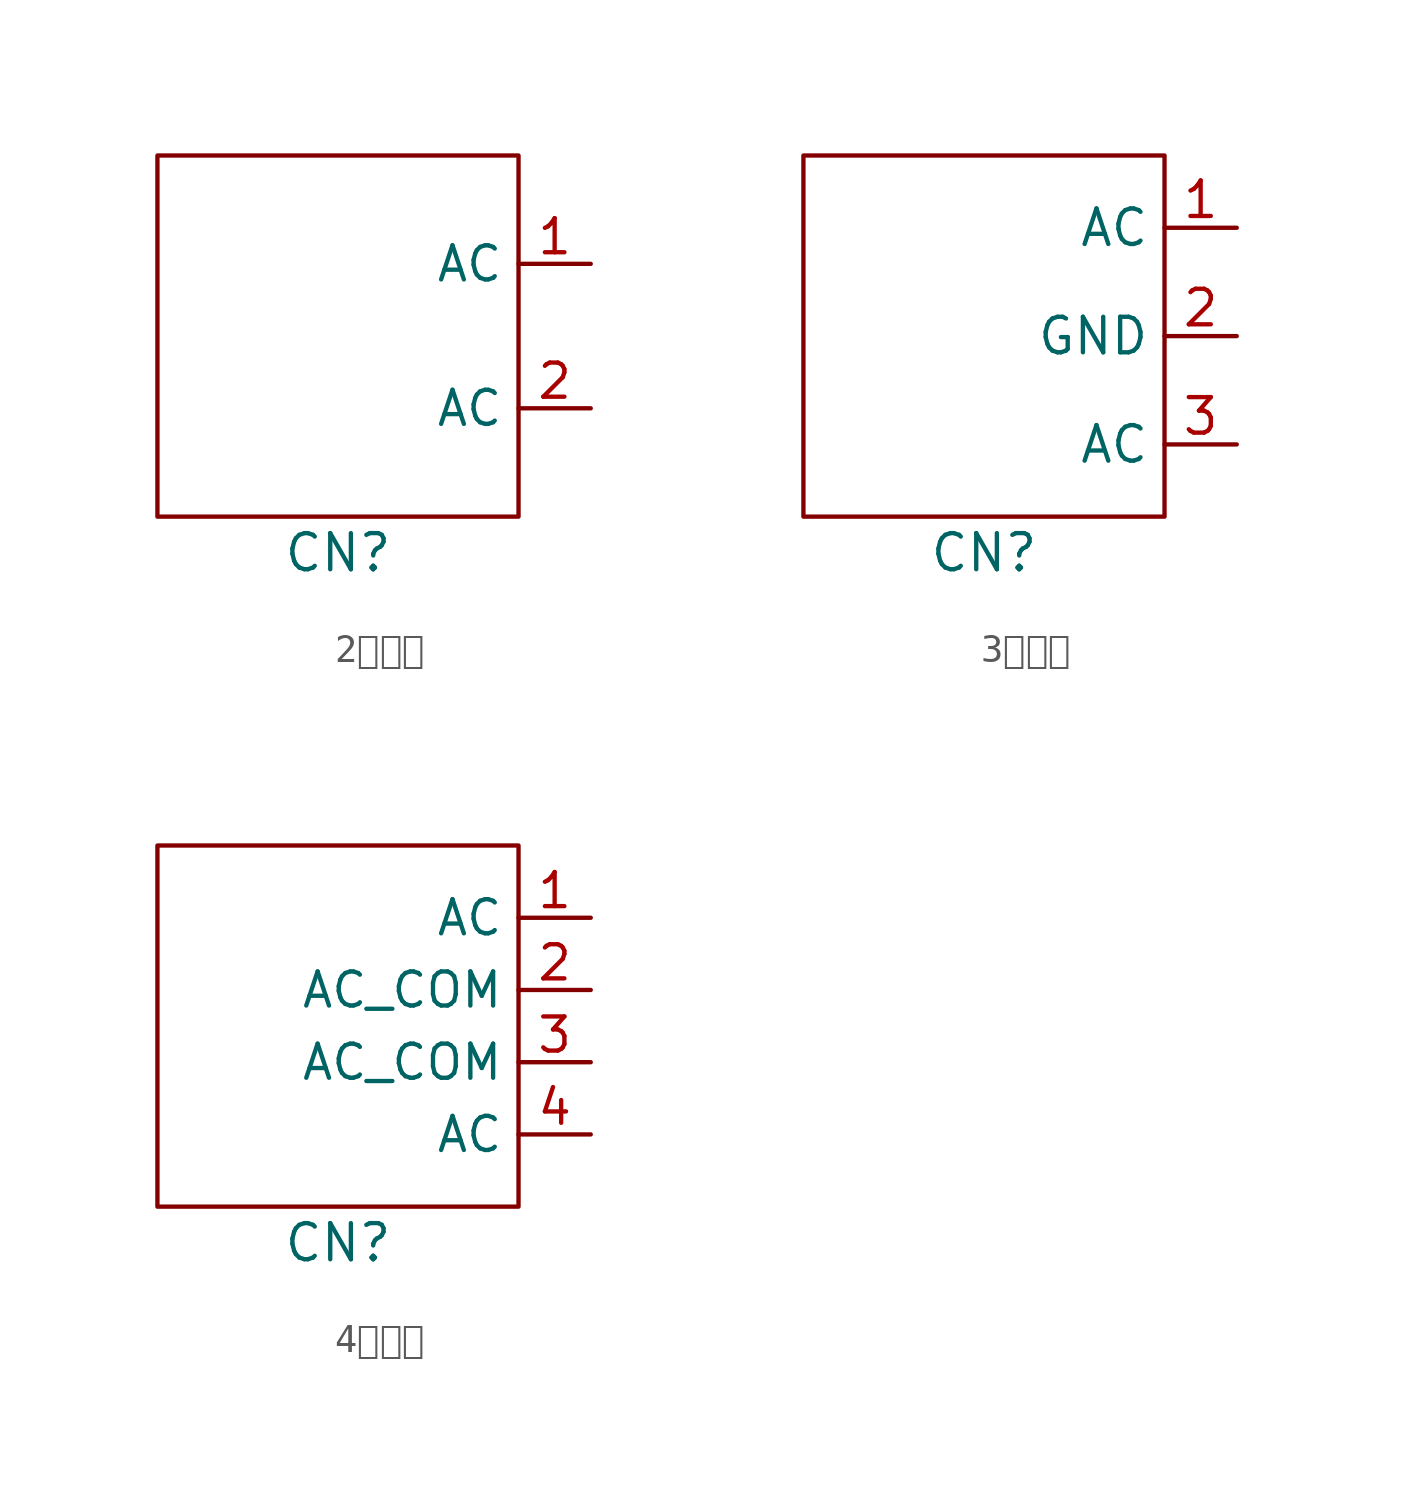
<source format=kicad_sym>
(kicad_symbol_lib
  (version 20241209)
  (generator "kicad_symbol_editor")
  (generator_version "9.0")
  (symbol "2线焊盘"
    (property "Reference" "CN"
      (at 0 -7.62 0)
      (effects (font (size 1.27 1.27))))
    (property "Value" ""
      (at 0 0 0)
      (effects (font (size 1.27 1.27))))
    (symbol "2线焊盘_0_1"
      (rectangle (start -6.35 6.35) (end 6.35 -6.35) (stroke (width 0) (type default)) (fill (type none))))
    (symbol "2线焊盘_1_1"
      (pin power_out line (at 8.89 2.54 180) (length 2.54) (name "AC" (effects (font (size 1.2 1.2)))) (number "1" (effects (font (size 1.2 1.2)))))
      (pin power_out line (at 8.89 -2.54 180) (length 2.54) (name "AC" (effects (font (size 1.2 1.2)))) (number "2" (effects (font (size 1.2 1.2)))))))
  (symbol "3线焊盘"
    (property "Reference" "CN"
      (at 0 -7.62 0)
      (effects (font (size 1.27 1.27))))
    (property "Value" ""
      (at 0 0 0)
      (effects (font (size 1.27 1.27))))
    (symbol "3线焊盘_0_1"
      (rectangle (start -6.35 6.35) (end 6.35 -6.35) (stroke (width 0) (type default)) (fill (type none))))
    (symbol "3线焊盘_1_1"
      (pin power_out line (at 8.89 3.81 180) (length 2.54) (name "AC" (effects (font (size 1.25 1.25)))) (number "1" (effects (font (size 1.25 1.25)))))
      (pin power_out line (at 8.89 0 180) (length 2.54) (name "GND" (effects (font (size 1.25 1.25)))) (number "2" (effects (font (size 1.25 1.25)))))
      (pin power_out line (at 8.89 -3.81 180) (length 2.54) (name "AC" (effects (font (size 1.25 1.25)))) (number "3" (effects (font (size 1.25 1.25)))))))
  (symbol "4线焊盘"
    (property "Reference" "CN"
      (at 0 -7.62 0)
      (effects (font (size 1.27 1.27))))
    (property "Value" ""
      (at 0 0 0)
      (effects (font (size 1.27 1.27))))
    (symbol "4线焊盘_0_1"
      (rectangle (start -6.35 6.35) (end 6.35 -6.35) (stroke (width 0) (type default)) (fill (type none))))
    (symbol "4线焊盘_1_1"
      (pin power_out line (at 8.89 3.81 180) (length 2.54) (name "AC" (effects (font (size 1.2 1.2)))) (number "1" (effects (font (size 1.2 1.2)))))
      (pin power_out line (at 8.89 1.27 180) (length 2.54) (name "AC_COM" (effects (font (size 1.2 1.2)))) (number "2" (effects (font (size 1.2 1.2)))))
      (pin passive line (at 8.89 -1.27 180) (length 2.54) (name "AC_COM" (effects (font (size 1.2 1.2)))) (number "3" (effects (font (size 1.2 1.2)))))
      (pin power_out line (at 8.89 -3.81 180) (length 2.54) (name "AC" (effects (font (size 1.2 1.2)))) (number "4" (effects (font (size 1.2 1.2))))))))
</source>
